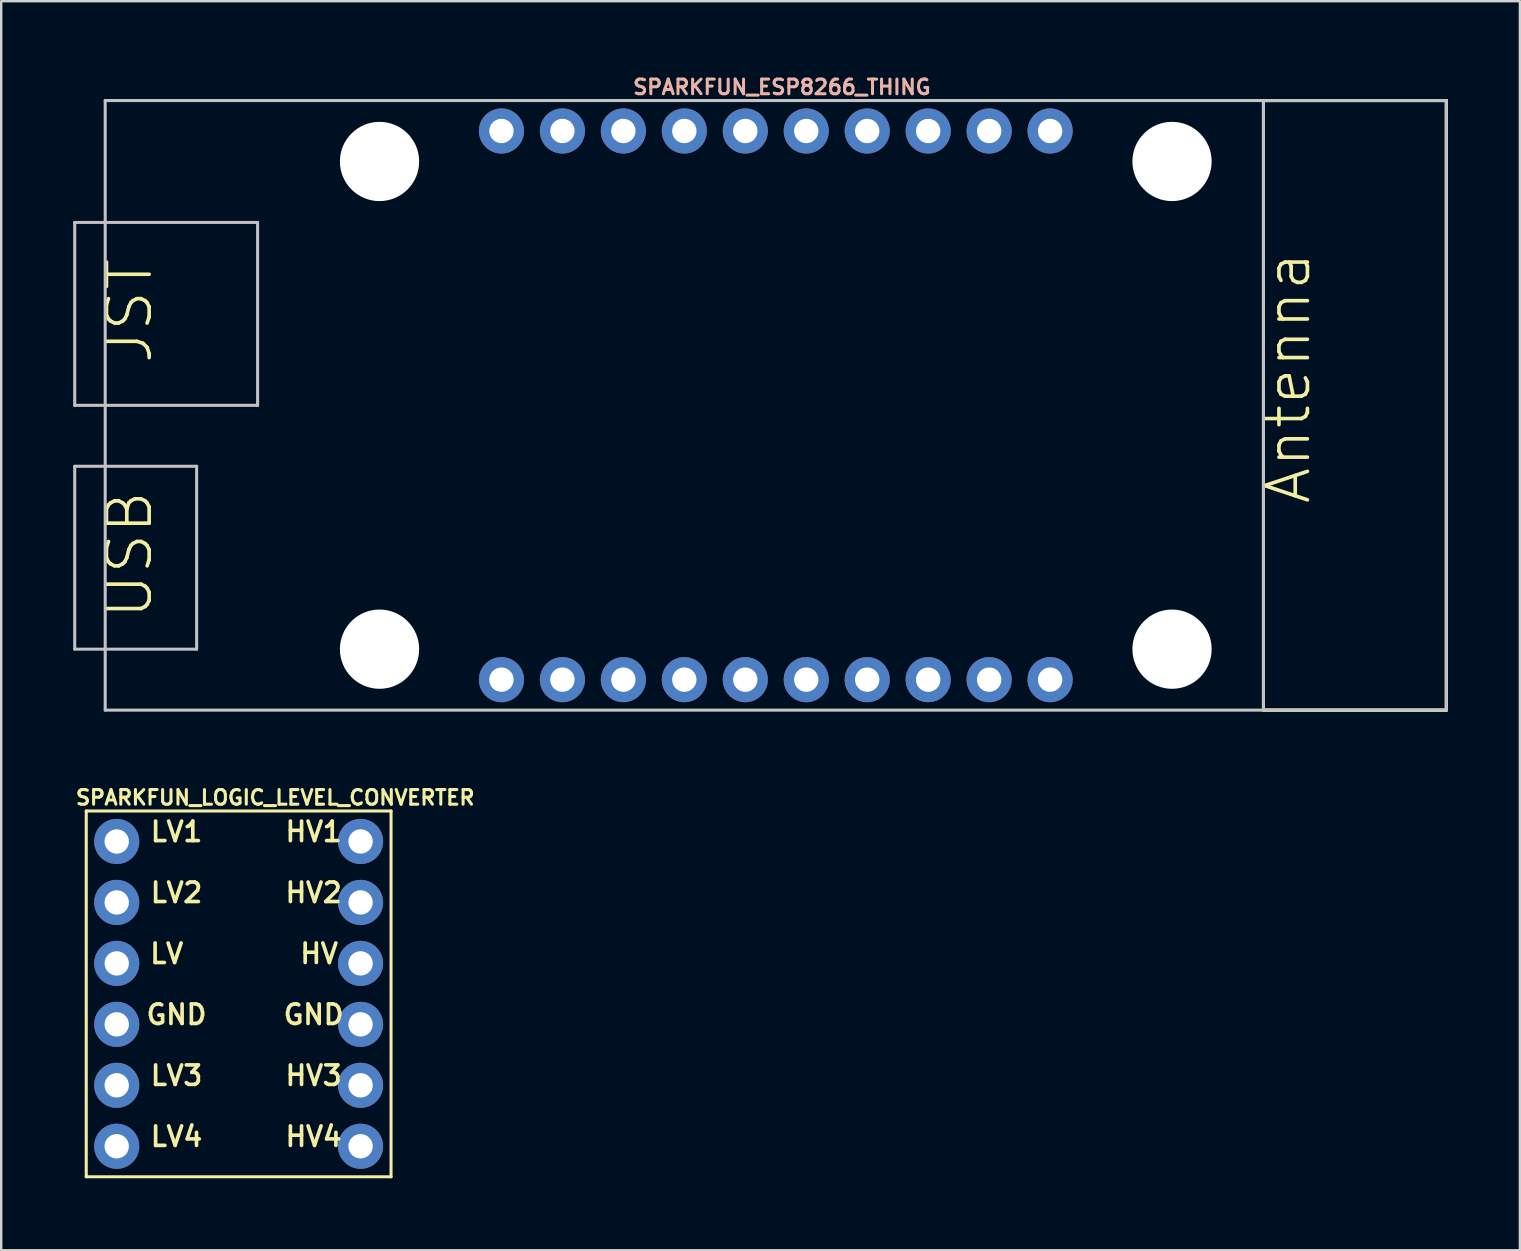
<source format=kicad_pcb>
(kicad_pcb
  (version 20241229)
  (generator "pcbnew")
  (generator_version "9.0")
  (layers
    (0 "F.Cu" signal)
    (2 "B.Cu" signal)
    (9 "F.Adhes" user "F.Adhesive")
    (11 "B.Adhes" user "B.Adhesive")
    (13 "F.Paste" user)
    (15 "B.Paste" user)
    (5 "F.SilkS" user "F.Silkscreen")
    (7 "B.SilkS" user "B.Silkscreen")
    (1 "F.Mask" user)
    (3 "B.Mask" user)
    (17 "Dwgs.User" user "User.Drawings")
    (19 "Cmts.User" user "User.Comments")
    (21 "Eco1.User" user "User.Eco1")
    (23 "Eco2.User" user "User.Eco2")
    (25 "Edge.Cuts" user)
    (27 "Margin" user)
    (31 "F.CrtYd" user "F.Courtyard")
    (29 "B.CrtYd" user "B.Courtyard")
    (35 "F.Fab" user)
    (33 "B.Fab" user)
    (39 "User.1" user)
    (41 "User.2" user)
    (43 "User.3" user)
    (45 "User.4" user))
  (footprint "SPARKFUN_ESP8266_THING"
    (layer "F.Cu")
    (at 28.003 13.838)
    (property "Reference" "SPARKFUN_ESP8266_THING" (at 1.524 -13.259 0) (layer "B.SilkS") (effects (font (size 0.61 0.61) (thickness 0.127))))
    (attr exclude_from_pos_files exclude_from_bom)
    (fp_line (start 21.59 -12.7) (end 21.59 12.7) (stroke (width 0.127) (type solid)) (layer "F.SilkS"))
    (fp_line (start 21.59 -12.7) (end 21.59 12.7) (stroke (width 0.127) (type solid)) (layer "F.SilkS"))
    (fp_line (start 21.59 12.7) (end 29.21 12.7) (stroke (width 0.127) (type solid)) (layer "F.SilkS"))
    (fp_line (start 21.59 12.7) (end 29.21 12.7) (stroke (width 0.127) (type solid)) (layer "F.SilkS"))
    (fp_line (start 29.21 -12.7) (end 21.59 -12.7) (stroke (width 0.127) (type solid)) (layer "F.SilkS"))
    (fp_line (start 29.21 -12.7) (end 21.59 -12.7) (stroke (width 0.127) (type solid)) (layer "F.SilkS"))
    (fp_line (start 29.21 12.7) (end 29.21 -12.7) (stroke (width 0.127) (type solid)) (layer "F.SilkS"))
    (fp_line (start 29.21 12.7) (end 29.21 -12.7) (stroke (width 0.127) (type solid)) (layer "F.SilkS"))
    (fp_line (start -27.94 -7.62) (end -27.94 0) (stroke (width 0.127) (type solid)) (layer "Dwgs.User"))
    (fp_line (start -27.94 0) (end -26.67 0) (stroke (width 0.127) (type solid)) (layer "Dwgs.User"))
    (fp_line (start -27.94 2.54) (end -27.94 10.16) (stroke (width 0.127) (type solid)) (layer "Dwgs.User"))
    (fp_line (start -27.94 10.16) (end -22.86 10.16) (stroke (width 0.127) (type solid)) (layer "Dwgs.User"))
    (fp_line (start -26.67 -12.7) (end 29.21 -12.7) (stroke (width 0.127) (type solid)) (layer "Dwgs.User"))
    (fp_line (start -26.67 0) (end -26.67 -12.7) (stroke (width 0.127) (type solid)) (layer "Dwgs.User"))
    (fp_line (start -26.67 0) (end -20.32 0) (stroke (width 0.127) (type solid)) (layer "Dwgs.User"))
    (fp_line (start -26.67 12.7) (end -26.67 0) (stroke (width 0.127) (type solid)) (layer "Dwgs.User"))
    (fp_line (start -22.86 2.54) (end -27.94 2.54) (stroke (width 0.127) (type solid)) (layer "Dwgs.User"))
    (fp_line (start -22.86 10.16) (end -22.86 2.54) (stroke (width 0.127) (type solid)) (layer "Dwgs.User"))
    (fp_line (start -20.32 -7.62) (end -27.94 -7.62) (stroke (width 0.127) (type solid)) (layer "Dwgs.User"))
    (fp_line (start -20.32 0) (end -20.32 -7.62) (stroke (width 0.127) (type solid)) (layer "Dwgs.User"))
    (fp_line (start 21.59 -12.7) (end 21.59 12.7) (stroke (width 0.127) (type solid)) (layer "Dwgs.User"))
    (fp_line (start 29.21 -12.7) (end 29.21 12.7) (stroke (width 0.127) (type solid)) (layer "Dwgs.User"))
    (fp_line (start 29.21 12.7) (end -26.67 12.7) (stroke (width 0.127) (type solid)) (layer "Dwgs.User"))
    (fp_text user "Antenna" (at 22.606 -1.143 90) (layer "F.SilkS") (effects (font (size 1.778 1.778) (thickness 0.152))))
    (fp_text user "USB" (at -25.654 6.223 90) (layer "F.SilkS") (effects (font (size 1.778 1.778) (thickness 0.152))))
    (fp_text user "JST" (at -25.654 -3.937 90) (layer "F.SilkS") (effects (font (size 1.778 1.778) (thickness 0.152))))
    (pad "" np_thru_hole circle (at -15.24 -10.16) (size 3.302 3.302) (drill 3.302) (layers "*.Cu" "*.Mask"))
    (pad "" np_thru_hole circle (at -15.24 10.16) (size 3.302 3.302) (drill 3.302) (layers "*.Cu" "*.Mask"))
    (pad "" np_thru_hole circle (at 17.78 -10.16) (size 3.302 3.302) (drill 3.302) (layers "*.Cu" "*.Mask"))
    (pad "" np_thru_hole circle (at 17.78 10.16) (size 3.302 3.302) (drill 3.302) (layers "*.Cu" "*.Mask"))
    (pad "0" thru_hole circle (at -2.54 -11.43) (size 1.88 1.88) (drill 1.016) (layers "*.Cu" "*.Paste" "*.Mask"))
    (pad "3.3V" thru_hole circle (at -7.62 11.43) (size 1.88 1.88) (drill 1.016) (layers "*.Cu" "*.Paste" "*.Mask"))
    (pad "3.3V" thru_hole circle (at 7.62 11.43) (size 1.88 1.88) (drill 1.016) (layers "*.Cu" "*.Paste" "*.Mask"))
    (pad "4" thru_hole circle (at 0 -11.43) (size 1.88 1.88) (drill 1.016) (layers "*.Cu" "*.Paste" "*.Mask"))
    (pad "5" thru_hole circle (at -5.08 -11.43) (size 1.88 1.88) (drill 1.016) (layers "*.Cu" "*.Paste" "*.Mask"))
    (pad "12" thru_hole circle (at 5.08 -11.43) (size 1.88 1.88) (drill 1.016) (layers "*.Cu" "*.Paste" "*.Mask"))
    (pad "13" thru_hole circle (at 2.54 -11.43) (size 1.88 1.88) (drill 1.016) (layers "*.Cu" "*.Paste" "*.Mask"))
    (pad "ADC" thru_hole circle (at 10.16 -11.43) (size 1.88 1.88) (drill 1.016) (layers "*.Cu" "*.Paste" "*.Mask"))
    (pad "DTR" thru_hole circle (at 0 11.43) (size 1.88 1.88) (drill 1.016) (layers "*.Cu" "*.Paste" "*.Mask"))
    (pad "EN" thru_hole circle (at 12.7 -11.43) (size 1.88 1.88) (drill 1.016) (layers "*.Cu" "*.Paste" "*.Mask"))
    (pad "GND@" thru_hole circle (at -10.16 -11.43) (size 1.88 1.88) (drill 1.016) (layers "*.Cu" "*.Paste" "*.Mask"))
    (pad "GND@" thru_hole circle (at -10.16 11.43) (size 1.88 1.88) (drill 1.016) (layers "*.Cu" "*.Paste" "*.Mask"))
    (pad "GND@" thru_hole circle (at 12.7 11.43) (size 1.88 1.88) (drill 1.016) (layers "*.Cu" "*.Paste" "*.Mask"))
    (pad "NC" thru_hole circle (at 10.16 11.43) (size 1.88 1.88) (drill 1.016) (layers "*.Cu" "*.Paste" "*.Mask"))
    (pad "RXI" thru_hole circle (at 5.08 11.43) (size 1.88 1.88) (drill 1.016) (layers "*.Cu" "*.Paste" "*.Mask"))
    (pad "SCL" thru_hole circle (at -2.54 11.43) (size 1.88 1.88) (drill 1.016) (layers "*.Cu" "*.Paste" "*.Mask"))
    (pad "SDA" thru_hole circle (at -5.08 11.43) (size 1.88 1.88) (drill 1.016) (layers "*.Cu" "*.Paste" "*.Mask"))
    (pad "TXO" thru_hole circle (at 2.54 11.43) (size 1.88 1.88) (drill 1.016) (layers "*.Cu" "*.Paste" "*.Mask"))
    (pad "VIN" thru_hole circle (at -7.62 -11.43) (size 1.88 1.88) (drill 1.016) (layers "*.Cu" "*.Paste" "*.Mask"))
    (pad "XPD" thru_hole circle (at 7.62 -11.43) (size 1.88 1.88) (drill 1.016) (layers "*.Cu" "*.Paste" "*.Mask")))
  (footprint "SPARKFUN_LOGIC_LEVEL_CONVERTER"
    (layer "F.Cu")
    (at 6.893 38.36)
    (property "Reference" "SPARKFUN_LOGIC_LEVEL_CONVERTER" (at 1.524 -8.179 0) (layer "F.SilkS") (effects (font (size 0.61 0.61) (thickness 0.127))))
    (attr exclude_from_pos_files exclude_from_bom)
    (fp_line (start -6.35 -7.62) (end 6.35 -7.62) (stroke (width 0.127) (type solid)) (layer "F.SilkS"))
    (fp_line (start -6.35 7.62) (end -6.35 -7.62) (stroke (width 0.127) (type solid)) (layer "F.SilkS"))
    (fp_line (start 6.35 -7.62) (end 6.35 7.62) (stroke (width 0.127) (type solid)) (layer "F.SilkS"))
    (fp_line (start 6.35 7.62) (end -6.35 7.62) (stroke (width 0.127) (type solid)) (layer "F.SilkS"))
    (fp_text user "GND" (at -2.588 0.864 0) (layer "F.SilkS") (effects (font (size 0.813 0.813) (thickness 0.152))))
    (fp_text user "HV4" (at 3.124 5.944 0) (layer "F.SilkS") (effects (font (size 0.813 0.813) (thickness 0.152))))
    (fp_text user "HV1" (at 3.124 -6.756 0) (layer "F.SilkS") (effects (font (size 0.813 0.813) (thickness 0.152))))
    (fp_text user "HV2" (at 3.124 -4.216 0) (layer "F.SilkS") (effects (font (size 0.813 0.813) (thickness 0.152))))
    (fp_text user "LV" (at -2.997 -1.676 0) (layer "F.SilkS") (effects (font (size 0.813 0.813) (thickness 0.152))))
    (fp_text user "GND" (at 3.124 0.864 0) (layer "F.SilkS") (effects (font (size 0.813 0.813) (thickness 0.152))))
    (fp_text user "LV3" (at -2.588 3.404 0) (layer "F.SilkS") (effects (font (size 0.813 0.813) (thickness 0.152))))
    (fp_text user "HV" (at 3.353 -1.676 0) (layer "F.SilkS") (effects (font (size 0.813 0.813) (thickness 0.152))))
    (fp_text user "LV2" (at -2.588 -4.216 0) (layer "F.SilkS") (effects (font (size 0.813 0.813) (thickness 0.152))))
    (fp_text user "LV4" (at -2.588 5.944 0) (layer "F.SilkS") (effects (font (size 0.813 0.813) (thickness 0.152))))
    (fp_text user "LV1" (at -2.588 -6.756 0) (layer "F.SilkS") (effects (font (size 0.813 0.813) (thickness 0.152))))
    (fp_text user "HV3" (at 3.124 3.404 0) (layer "F.SilkS") (effects (font (size 0.813 0.813) (thickness 0.152))))
    (pad "GND1" thru_hole circle (at -5.08 1.27) (size 1.88 1.88) (drill 1.016) (layers "*.Cu" "*.Paste" "*.Mask"))
    (pad "GND2" thru_hole circle (at 5.08 1.27) (size 1.88 1.88) (drill 1.016) (layers "*.Cu" "*.Paste" "*.Mask"))
    (pad "HV" thru_hole circle (at 5.08 -1.27) (size 1.88 1.88) (drill 1.016) (layers "*.Cu" "*.Paste" "*.Mask"))
    (pad "HV1" thru_hole circle (at 5.08 -6.35) (size 1.88 1.88) (drill 1.016) (layers "*.Cu" "*.Paste" "*.Mask"))
    (pad "HV2" thru_hole circle (at 5.08 -3.81) (size 1.88 1.88) (drill 1.016) (layers "*.Cu" "*.Paste" "*.Mask"))
    (pad "HV3" thru_hole circle (at 5.08 3.81) (size 1.88 1.88) (drill 1.016) (layers "*.Cu" "*.Paste" "*.Mask"))
    (pad "HV4" thru_hole circle (at 5.08 6.35) (size 1.88 1.88) (drill 1.016) (layers "*.Cu" "*.Paste" "*.Mask"))
    (pad "LV" thru_hole circle (at -5.08 -1.27) (size 1.88 1.88) (drill 1.016) (layers "*.Cu" "*.Paste" "*.Mask"))
    (pad "LV1" thru_hole circle (at -5.08 -6.35) (size 1.88 1.88) (drill 1.016) (layers "*.Cu" "*.Paste" "*.Mask"))
    (pad "LV2" thru_hole circle (at -5.08 -3.81) (size 1.88 1.88) (drill 1.016) (layers "*.Cu" "*.Paste" "*.Mask"))
    (pad "LV3" thru_hole circle (at -5.08 3.81) (size 1.88 1.88) (drill 1.016) (layers "*.Cu" "*.Paste" "*.Mask"))
    (pad "LV4" thru_hole circle (at -5.08 6.35) (size 1.88 1.88) (drill 1.016) (layers "*.Cu" "*.Paste" "*.Mask")))
  (gr_rect
    (start -3 -3)
    (end 60.277 49.044)
    (stroke (width 0.1) (type default))
    (fill no)
    (layer "Edge.Cuts")))
</source>
